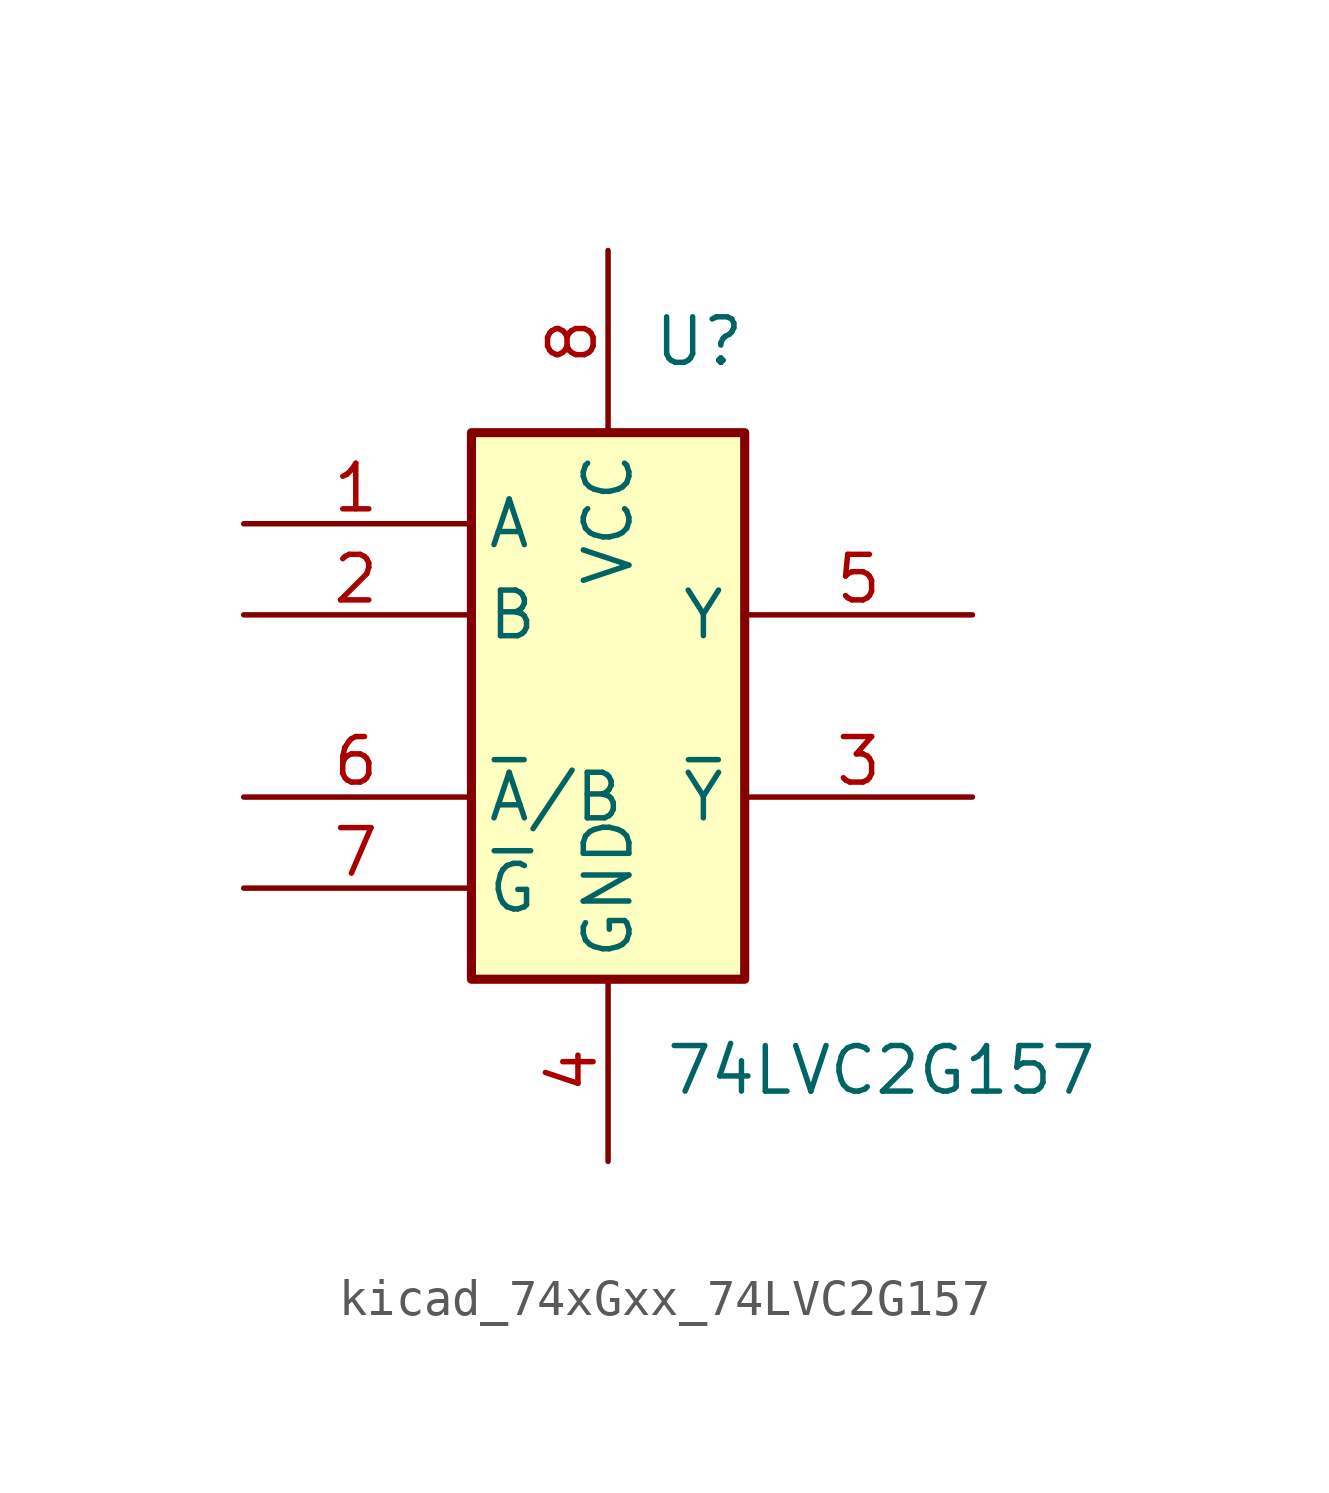
<source format=kicad_sym>
(kicad_symbol_lib
  (version 20220914)
  (generator kicad_symbol_editor)
  (symbol "kicad_74xGxx_74LVC2G157"
    (property "Reference" "U"
      (at 2.54 10.16 0)
      (effects (font (size 1.27 1.27))))
    (property "Value" "74LVC2G157"
      (at 7.62 -10.16 0)
      (effects (font (size 1.27 1.27))))
    (symbol "kicad_74xGxx_74LVC2G157_0_1"
      (rectangle (start -3.81 7.62) (end 3.81 -7.62) (stroke (width 0.254) (type default)) (fill (type background))))
    (symbol "kicad_74xGxx_74LVC2G157_1_1"
      (pin input line (at -10.16 5.08 0) (length 6.25) (name "A" (effects (font (size 1.27 1.27)))) (number "1" (effects (font (size 1.27 1.27)))))
      (pin input line (at -10.16 2.54 0) (length 6.25) (name "B" (effects (font (size 1.27 1.27)))) (number "2" (effects (font (size 1.27 1.27)))))
      (pin output line (at 10.16 -2.54 180) (length 6.35) (name "~{Y}" (effects (font (size 1.27 1.27)))) (number "3" (effects (font (size 1.27 1.27)))))
      (pin power_in line (at 0 -12.7 90) (length 5.08) (name "GND" (effects (font (size 1.27 1.27)))) (number "4" (effects (font (size 1.27 1.27)))))
      (pin output line (at 10.16 2.54 180) (length 6.35) (name "Y" (effects (font (size 1.27 1.27)))) (number "5" (effects (font (size 1.27 1.27)))))
      (pin input line (at -10.16 -2.54 0) (length 6.25) (name "~{A}/B" (effects (font (size 1.27 1.27)))) (number "6" (effects (font (size 1.27 1.27)))))
      (pin input line (at -10.16 -5.08 0) (length 6.25) (name "~{G}" (effects (font (size 1.27 1.27)))) (number "7" (effects (font (size 1.27 1.27)))))
      (pin power_in line (at 0 12.7 270) (length 5.08) (name "VCC" (effects (font (size 1.27 1.27)))) (number "8" (effects (font (size 1.27 1.27))))))))
</source>
